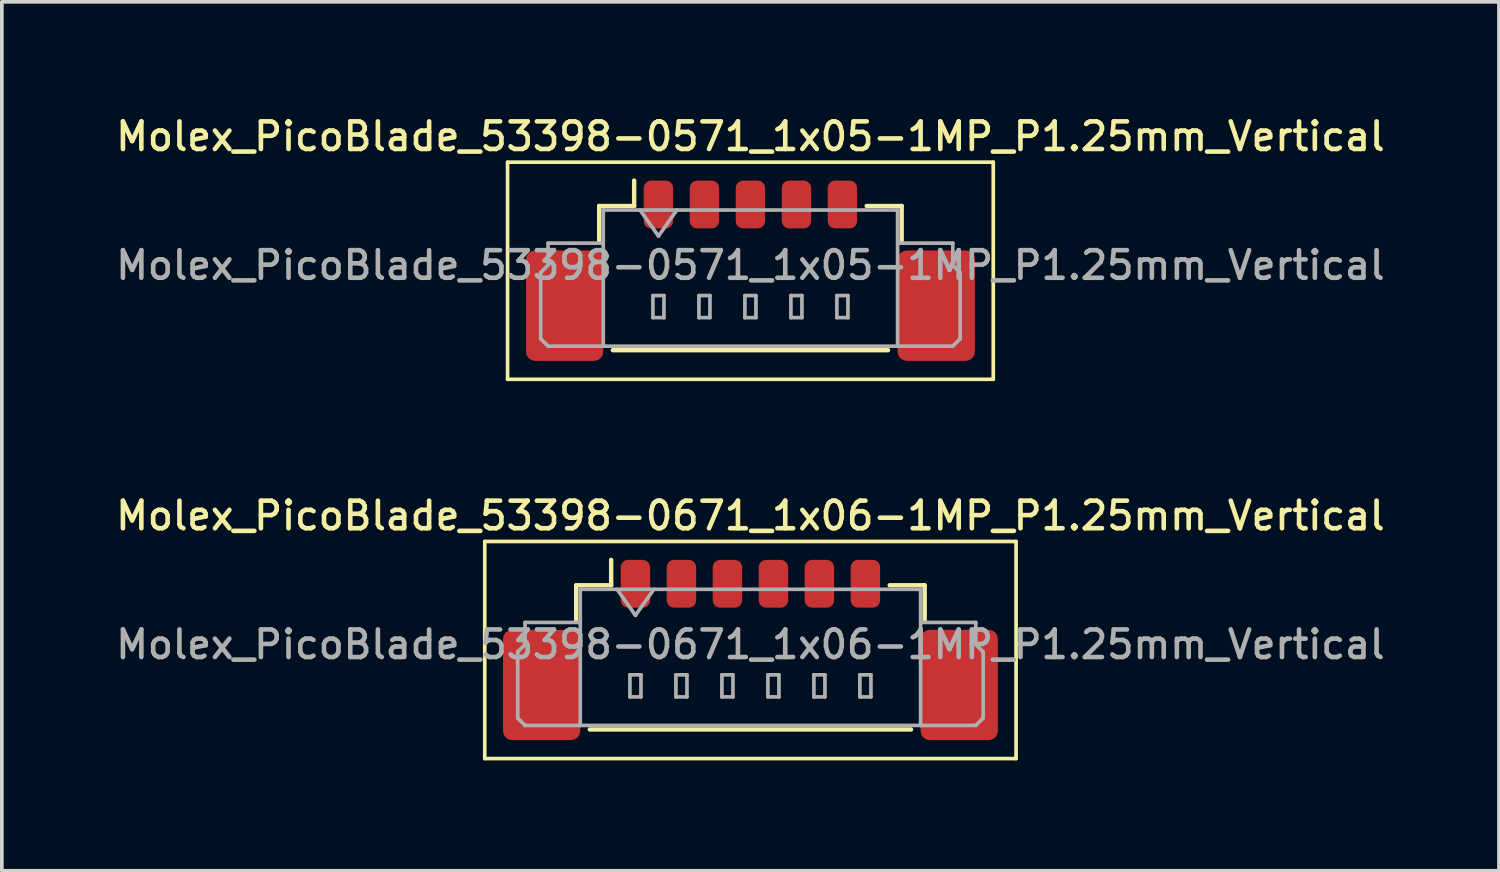
<source format=kicad_pcb>
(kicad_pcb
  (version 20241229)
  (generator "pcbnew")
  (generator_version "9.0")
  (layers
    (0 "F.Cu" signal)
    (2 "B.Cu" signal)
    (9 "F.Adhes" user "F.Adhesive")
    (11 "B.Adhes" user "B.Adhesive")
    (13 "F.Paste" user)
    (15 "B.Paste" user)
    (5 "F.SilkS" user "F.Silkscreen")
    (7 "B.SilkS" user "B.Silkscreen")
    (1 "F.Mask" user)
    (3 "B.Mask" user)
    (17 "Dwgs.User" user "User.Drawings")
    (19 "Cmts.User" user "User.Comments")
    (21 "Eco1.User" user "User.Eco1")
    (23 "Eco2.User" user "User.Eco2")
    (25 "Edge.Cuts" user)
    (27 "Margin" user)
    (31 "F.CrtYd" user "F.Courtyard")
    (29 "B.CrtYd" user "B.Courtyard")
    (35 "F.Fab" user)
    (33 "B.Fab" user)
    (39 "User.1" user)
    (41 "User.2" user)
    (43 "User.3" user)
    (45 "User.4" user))
  (footprint "Molex_PicoBlade_53398-0571_1x05-1MP_P1.25mm_Vertical"
    (layer "F.Cu")
    (at 17.345 3.758)
    (property "Reference" "Molex_PicoBlade_53398-0571_1x05-1MP_P1.25mm_Vertical" (at 0 -3.1 0) (layer "F.SilkS") (effects (font (size 0.75 0.75) (thickness 0.125))))
    (attr smd)
    (fp_line (start -6.6 -2.4) (end -6.6 3.5) (stroke (width 0.1) (type solid)) (layer "F.SilkS"))
    (fp_line (start -6.6 3.5) (end 6.6 3.5) (stroke (width 0.1) (type solid)) (layer "F.SilkS"))
    (fp_line (start -4.11 -1.21) (end -3.16 -1.21) (stroke (width 0.12) (type solid)) (layer "F.SilkS"))
    (fp_line (start -4.11 -0.26) (end -4.11 -1.21) (stroke (width 0.12) (type solid)) (layer "F.SilkS"))
    (fp_line (start -3.74 2.71) (end 3.74 2.71) (stroke (width 0.12) (type solid)) (layer "F.SilkS"))
    (fp_line (start -3.16 -1.21) (end -3.16 -1.9) (stroke (width 0.12) (type solid)) (layer "F.SilkS"))
    (fp_line (start 4.11 -1.21) (end 3.16 -1.21) (stroke (width 0.12) (type solid)) (layer "F.SilkS"))
    (fp_line (start 4.11 -0.26) (end 4.11 -1.21) (stroke (width 0.12) (type solid)) (layer "F.SilkS"))
    (fp_line (start 6.6 -2.4) (end -6.6 -2.4) (stroke (width 0.1) (type solid)) (layer "F.SilkS"))
    (fp_line (start 6.6 3.5) (end 6.6 -2.4) (stroke (width 0.1) (type solid)) (layer "F.SilkS"))
    (fp_line (start -5.7 0.6) (end -5.5 0.4) (stroke (width 0.1) (type solid)) (layer "F.Fab"))
    (fp_line (start -5.7 2.4) (end -5.7 0.6) (stroke (width 0.1) (type solid)) (layer "F.Fab"))
    (fp_line (start -5.5 -0.2) (end -4 -0.2) (stroke (width 0.1) (type solid)) (layer "F.Fab"))
    (fp_line (start -5.5 0.4) (end -5.5 -0.2) (stroke (width 0.1) (type solid)) (layer "F.Fab"))
    (fp_line (start -5.5 2.6) (end -5.7 2.4) (stroke (width 0.1) (type solid)) (layer "F.Fab"))
    (fp_line (start -4 -1.1) (end -4 2.6) (stroke (width 0.1) (type solid)) (layer "F.Fab"))
    (fp_line (start -4 -1.1) (end 4 -1.1) (stroke (width 0.1) (type solid)) (layer "F.Fab"))
    (fp_line (start -4 2.6) (end -5.5 2.6) (stroke (width 0.1) (type solid)) (layer "F.Fab"))
    (fp_line (start -4 2.6) (end 4 2.6) (stroke (width 0.1) (type solid)) (layer "F.Fab"))
    (fp_line (start -3 -1.1) (end -2.5 -0.393) (stroke (width 0.1) (type solid)) (layer "F.Fab"))
    (fp_line (start -2.65 1.225) (end -2.65 1.825) (stroke (width 0.1) (type solid)) (layer "F.Fab"))
    (fp_line (start -2.65 1.825) (end -2.35 1.825) (stroke (width 0.1) (type solid)) (layer "F.Fab"))
    (fp_line (start -2.5 -0.393) (end -2 -1.1) (stroke (width 0.1) (type solid)) (layer "F.Fab"))
    (fp_line (start -2.35 1.225) (end -2.65 1.225) (stroke (width 0.1) (type solid)) (layer "F.Fab"))
    (fp_line (start -2.35 1.825) (end -2.35 1.225) (stroke (width 0.1) (type solid)) (layer "F.Fab"))
    (fp_line (start -1.4 1.225) (end -1.4 1.825) (stroke (width 0.1) (type solid)) (layer "F.Fab"))
    (fp_line (start -1.4 1.825) (end -1.1 1.825) (stroke (width 0.1) (type solid)) (layer "F.Fab"))
    (fp_line (start -1.1 1.225) (end -1.4 1.225) (stroke (width 0.1) (type solid)) (layer "F.Fab"))
    (fp_line (start -1.1 1.825) (end -1.1 1.225) (stroke (width 0.1) (type solid)) (layer "F.Fab"))
    (fp_line (start -0.15 1.225) (end -0.15 1.825) (stroke (width 0.1) (type solid)) (layer "F.Fab"))
    (fp_line (start -0.15 1.825) (end 0.15 1.825) (stroke (width 0.1) (type solid)) (layer "F.Fab"))
    (fp_line (start 0.15 1.225) (end -0.15 1.225) (stroke (width 0.1) (type solid)) (layer "F.Fab"))
    (fp_line (start 0.15 1.825) (end 0.15 1.225) (stroke (width 0.1) (type solid)) (layer "F.Fab"))
    (fp_line (start 1.1 1.225) (end 1.1 1.825) (stroke (width 0.1) (type solid)) (layer "F.Fab"))
    (fp_line (start 1.1 1.825) (end 1.4 1.825) (stroke (width 0.1) (type solid)) (layer "F.Fab"))
    (fp_line (start 1.4 1.225) (end 1.1 1.225) (stroke (width 0.1) (type solid)) (layer "F.Fab"))
    (fp_line (start 1.4 1.825) (end 1.4 1.225) (stroke (width 0.1) (type solid)) (layer "F.Fab"))
    (fp_line (start 2.35 1.225) (end 2.35 1.825) (stroke (width 0.1) (type solid)) (layer "F.Fab"))
    (fp_line (start 2.35 1.825) (end 2.65 1.825) (stroke (width 0.1) (type solid)) (layer "F.Fab"))
    (fp_line (start 2.65 1.225) (end 2.35 1.225) (stroke (width 0.1) (type solid)) (layer "F.Fab"))
    (fp_line (start 2.65 1.825) (end 2.65 1.225) (stroke (width 0.1) (type solid)) (layer "F.Fab"))
    (fp_line (start 4 -1.1) (end 4 2.6) (stroke (width 0.1) (type solid)) (layer "F.Fab"))
    (fp_line (start 4 2.6) (end 5.5 2.6) (stroke (width 0.1) (type solid)) (layer "F.Fab"))
    (fp_line (start 5.5 -0.2) (end 4 -0.2) (stroke (width 0.1) (type solid)) (layer "F.Fab"))
    (fp_line (start 5.5 0.4) (end 5.5 -0.2) (stroke (width 0.1) (type solid)) (layer "F.Fab"))
    (fp_line (start 5.5 2.6) (end 5.7 2.4) (stroke (width 0.1) (type solid)) (layer "F.Fab"))
    (fp_line (start 5.7 0.6) (end 5.5 0.4) (stroke (width 0.1) (type solid)) (layer "F.Fab"))
    (fp_line (start 5.7 2.4) (end 5.7 0.6) (stroke (width 0.1) (type solid)) (layer "F.Fab"))
    (fp_text user "${REFERENCE}" (at 0 0.4 0) (layer "F.Fab") (effects (font (size 0.75 0.75) (thickness 0.125))))
    (pad "1" smd roundrect (at -2.5 -1.25) (size 0.8 1.3) (layers "F.Cu" "F.Mask" "F.Paste") (roundrect_rratio 0.25))
    (pad "2" smd roundrect (at -1.25 -1.25) (size 0.8 1.3) (layers "F.Cu" "F.Mask" "F.Paste") (roundrect_rratio 0.25))
    (pad "3" smd roundrect (at 0 -1.25) (size 0.8 1.3) (layers "F.Cu" "F.Mask" "F.Paste") (roundrect_rratio 0.25))
    (pad "4" smd roundrect (at 1.25 -1.25) (size 0.8 1.3) (layers "F.Cu" "F.Mask" "F.Paste") (roundrect_rratio 0.25))
    (pad "5" smd roundrect (at 2.5 -1.25) (size 0.8 1.3) (layers "F.Cu" "F.Mask" "F.Paste") (roundrect_rratio 0.25))
    (pad "MP" smd roundrect (at -5.05 1.5) (size 2.1 3) (layers "F.Cu" "F.Mask" "F.Paste") (roundrect_rratio 0.119))
    (pad "MP" smd roundrect (at 5.05 1.5) (size 2.1 3) (layers "F.Cu" "F.Mask" "F.Paste") (roundrect_rratio 0.119)))
  (footprint "Molex_PicoBlade_53398-0671_1x06-1MP_P1.25mm_Vertical"
    (layer "F.Cu")
    (at 17.345 14.066)
    (property "Reference" "Molex_PicoBlade_53398-0671_1x06-1MP_P1.25mm_Vertical" (at 0 -3.1 0) (layer "F.SilkS") (effects (font (size 0.75 0.75) (thickness 0.125))))
    (attr smd)
    (fp_line (start -7.22 -2.4) (end -7.22 3.5) (stroke (width 0.1) (type solid)) (layer "F.SilkS"))
    (fp_line (start -7.22 3.5) (end 7.22 3.5) (stroke (width 0.1) (type solid)) (layer "F.SilkS"))
    (fp_line (start -4.735 -1.21) (end -3.785 -1.21) (stroke (width 0.12) (type solid)) (layer "F.SilkS"))
    (fp_line (start -4.735 -0.26) (end -4.735 -1.21) (stroke (width 0.12) (type solid)) (layer "F.SilkS"))
    (fp_line (start -4.365 2.71) (end 4.365 2.71) (stroke (width 0.12) (type solid)) (layer "F.SilkS"))
    (fp_line (start -3.785 -1.21) (end -3.785 -1.9) (stroke (width 0.12) (type solid)) (layer "F.SilkS"))
    (fp_line (start 4.735 -1.21) (end 3.785 -1.21) (stroke (width 0.12) (type solid)) (layer "F.SilkS"))
    (fp_line (start 4.735 -0.26) (end 4.735 -1.21) (stroke (width 0.12) (type solid)) (layer "F.SilkS"))
    (fp_line (start 7.22 -2.4) (end -7.22 -2.4) (stroke (width 0.1) (type solid)) (layer "F.SilkS"))
    (fp_line (start 7.22 3.5) (end 7.22 -2.4) (stroke (width 0.1) (type solid)) (layer "F.SilkS"))
    (fp_line (start -6.325 0.6) (end -6.125 0.4) (stroke (width 0.1) (type solid)) (layer "F.Fab"))
    (fp_line (start -6.325 2.4) (end -6.325 0.6) (stroke (width 0.1) (type solid)) (layer "F.Fab"))
    (fp_line (start -6.125 -0.2) (end -4.625 -0.2) (stroke (width 0.1) (type solid)) (layer "F.Fab"))
    (fp_line (start -6.125 0.4) (end -6.125 -0.2) (stroke (width 0.1) (type solid)) (layer "F.Fab"))
    (fp_line (start -6.125 2.6) (end -6.325 2.4) (stroke (width 0.1) (type solid)) (layer "F.Fab"))
    (fp_line (start -4.625 -1.1) (end -4.625 2.6) (stroke (width 0.1) (type solid)) (layer "F.Fab"))
    (fp_line (start -4.625 -1.1) (end 4.625 -1.1) (stroke (width 0.1) (type solid)) (layer "F.Fab"))
    (fp_line (start -4.625 2.6) (end -6.125 2.6) (stroke (width 0.1) (type solid)) (layer "F.Fab"))
    (fp_line (start -4.625 2.6) (end 4.625 2.6) (stroke (width 0.1) (type solid)) (layer "F.Fab"))
    (fp_line (start -3.625 -1.1) (end -3.125 -0.393) (stroke (width 0.1) (type solid)) (layer "F.Fab"))
    (fp_line (start -3.275 1.225) (end -3.275 1.825) (stroke (width 0.1) (type solid)) (layer "F.Fab"))
    (fp_line (start -3.275 1.825) (end -2.975 1.825) (stroke (width 0.1) (type solid)) (layer "F.Fab"))
    (fp_line (start -3.125 -0.393) (end -2.625 -1.1) (stroke (width 0.1) (type solid)) (layer "F.Fab"))
    (fp_line (start -2.975 1.225) (end -3.275 1.225) (stroke (width 0.1) (type solid)) (layer "F.Fab"))
    (fp_line (start -2.975 1.825) (end -2.975 1.225) (stroke (width 0.1) (type solid)) (layer "F.Fab"))
    (fp_line (start -2.025 1.225) (end -2.025 1.825) (stroke (width 0.1) (type solid)) (layer "F.Fab"))
    (fp_line (start -2.025 1.825) (end -1.725 1.825) (stroke (width 0.1) (type solid)) (layer "F.Fab"))
    (fp_line (start -1.725 1.225) (end -2.025 1.225) (stroke (width 0.1) (type solid)) (layer "F.Fab"))
    (fp_line (start -1.725 1.825) (end -1.725 1.225) (stroke (width 0.1) (type solid)) (layer "F.Fab"))
    (fp_line (start -0.775 1.225) (end -0.775 1.825) (stroke (width 0.1) (type solid)) (layer "F.Fab"))
    (fp_line (start -0.775 1.825) (end -0.475 1.825) (stroke (width 0.1) (type solid)) (layer "F.Fab"))
    (fp_line (start -0.475 1.225) (end -0.775 1.225) (stroke (width 0.1) (type solid)) (layer "F.Fab"))
    (fp_line (start -0.475 1.825) (end -0.475 1.225) (stroke (width 0.1) (type solid)) (layer "F.Fab"))
    (fp_line (start 0.475 1.225) (end 0.475 1.825) (stroke (width 0.1) (type solid)) (layer "F.Fab"))
    (fp_line (start 0.475 1.825) (end 0.775 1.825) (stroke (width 0.1) (type solid)) (layer "F.Fab"))
    (fp_line (start 0.775 1.225) (end 0.475 1.225) (stroke (width 0.1) (type solid)) (layer "F.Fab"))
    (fp_line (start 0.775 1.825) (end 0.775 1.225) (stroke (width 0.1) (type solid)) (layer "F.Fab"))
    (fp_line (start 1.725 1.225) (end 1.725 1.825) (stroke (width 0.1) (type solid)) (layer "F.Fab"))
    (fp_line (start 1.725 1.825) (end 2.025 1.825) (stroke (width 0.1) (type solid)) (layer "F.Fab"))
    (fp_line (start 2.025 1.225) (end 1.725 1.225) (stroke (width 0.1) (type solid)) (layer "F.Fab"))
    (fp_line (start 2.025 1.825) (end 2.025 1.225) (stroke (width 0.1) (type solid)) (layer "F.Fab"))
    (fp_line (start 2.975 1.225) (end 2.975 1.825) (stroke (width 0.1) (type solid)) (layer "F.Fab"))
    (fp_line (start 2.975 1.825) (end 3.275 1.825) (stroke (width 0.1) (type solid)) (layer "F.Fab"))
    (fp_line (start 3.275 1.225) (end 2.975 1.225) (stroke (width 0.1) (type solid)) (layer "F.Fab"))
    (fp_line (start 3.275 1.825) (end 3.275 1.225) (stroke (width 0.1) (type solid)) (layer "F.Fab"))
    (fp_line (start 4.625 -1.1) (end 4.625 2.6) (stroke (width 0.1) (type solid)) (layer "F.Fab"))
    (fp_line (start 4.625 2.6) (end 6.125 2.6) (stroke (width 0.1) (type solid)) (layer "F.Fab"))
    (fp_line (start 6.125 -0.2) (end 4.625 -0.2) (stroke (width 0.1) (type solid)) (layer "F.Fab"))
    (fp_line (start 6.125 0.4) (end 6.125 -0.2) (stroke (width 0.1) (type solid)) (layer "F.Fab"))
    (fp_line (start 6.125 2.6) (end 6.325 2.4) (stroke (width 0.1) (type solid)) (layer "F.Fab"))
    (fp_line (start 6.325 0.6) (end 6.125 0.4) (stroke (width 0.1) (type solid)) (layer "F.Fab"))
    (fp_line (start 6.325 2.4) (end 6.325 0.6) (stroke (width 0.1) (type solid)) (layer "F.Fab"))
    (fp_text user "${REFERENCE}" (at 0 0.4 0) (layer "F.Fab") (effects (font (size 0.75 0.75) (thickness 0.125))))
    (pad "1" smd roundrect (at -3.125 -1.25) (size 0.8 1.3) (layers "F.Cu" "F.Mask" "F.Paste") (roundrect_rratio 0.25))
    (pad "2" smd roundrect (at -1.875 -1.25) (size 0.8 1.3) (layers "F.Cu" "F.Mask" "F.Paste") (roundrect_rratio 0.25))
    (pad "3" smd roundrect (at -0.625 -1.25) (size 0.8 1.3) (layers "F.Cu" "F.Mask" "F.Paste") (roundrect_rratio 0.25))
    (pad "4" smd roundrect (at 0.625 -1.25) (size 0.8 1.3) (layers "F.Cu" "F.Mask" "F.Paste") (roundrect_rratio 0.25))
    (pad "5" smd roundrect (at 1.875 -1.25) (size 0.8 1.3) (layers "F.Cu" "F.Mask" "F.Paste") (roundrect_rratio 0.25))
    (pad "6" smd roundrect (at 3.125 -1.25) (size 0.8 1.3) (layers "F.Cu" "F.Mask" "F.Paste") (roundrect_rratio 0.25))
    (pad "MP" smd roundrect (at -5.675 1.5) (size 2.1 3) (layers "F.Cu" "F.Mask" "F.Paste") (roundrect_rratio 0.119))
    (pad "MP" smd roundrect (at 5.675 1.5) (size 2.1 3) (layers "F.Cu" "F.Mask" "F.Paste") (roundrect_rratio 0.119)))
  (gr_rect
    (start -3 -3)
    (end 37.689 20.616)
    (stroke (width 0.1) (type default))
    (fill no)
    (layer "Edge.Cuts")))
</source>
